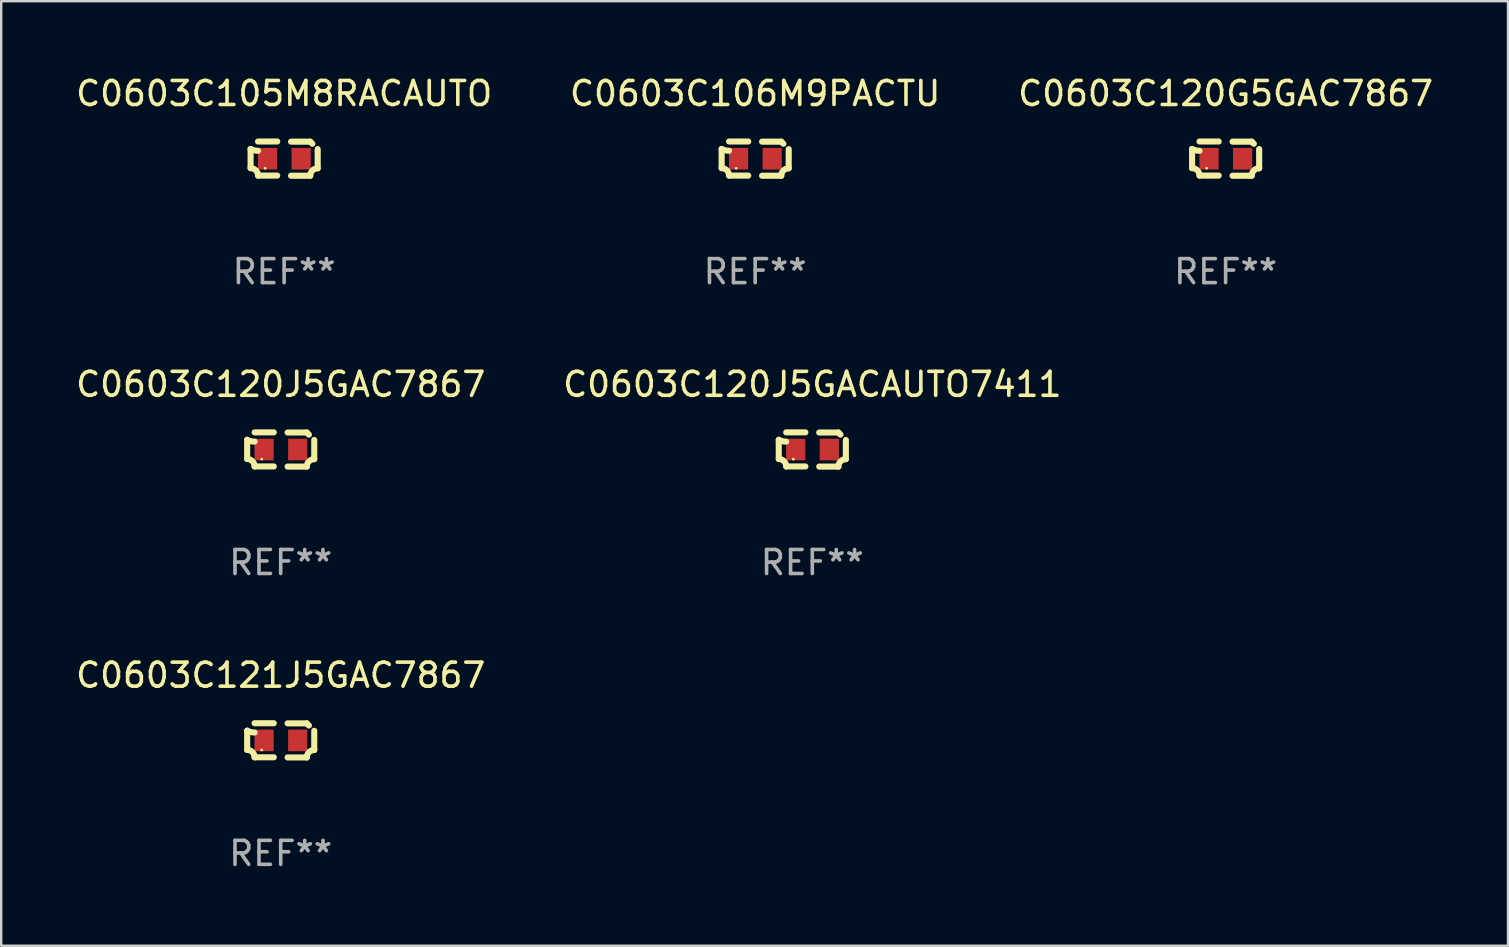
<source format=kicad_pcb>
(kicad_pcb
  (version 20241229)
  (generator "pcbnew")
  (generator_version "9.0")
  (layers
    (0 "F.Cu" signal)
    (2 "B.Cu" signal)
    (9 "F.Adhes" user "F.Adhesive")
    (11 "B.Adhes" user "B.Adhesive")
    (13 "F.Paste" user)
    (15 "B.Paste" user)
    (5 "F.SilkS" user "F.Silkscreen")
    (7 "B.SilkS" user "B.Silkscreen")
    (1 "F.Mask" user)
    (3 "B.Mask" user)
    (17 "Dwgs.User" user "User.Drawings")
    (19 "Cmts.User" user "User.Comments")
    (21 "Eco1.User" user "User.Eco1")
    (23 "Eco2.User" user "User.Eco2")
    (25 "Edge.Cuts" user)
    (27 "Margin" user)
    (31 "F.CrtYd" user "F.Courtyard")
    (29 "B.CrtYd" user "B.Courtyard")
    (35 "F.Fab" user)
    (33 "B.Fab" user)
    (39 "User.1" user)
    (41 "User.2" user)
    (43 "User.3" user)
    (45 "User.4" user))
  (footprint "C0603C120J5GAC7867"
    (layer "F.Cu")
    (at 8.649 15.683)
    (property "Reference" "C0603C120J5GAC7867" (at 0 -2.713 0) (layer "F.SilkS") (effects (font (size 1 1) (thickness 0.15))))
    (attr through_hole)
    (fp_line (start -1.398 -0.403) (end -1.398 0.397) (stroke (width 0.254) (type solid)) (layer "F.SilkS"))
    (fp_line (start -0.288 -0.713) (end -1.088 -0.713) (stroke (width 0.254) (type solid)) (layer "F.SilkS"))
    (fp_line (start -0.288 0.707) (end -1.088 0.707) (stroke (width 0.254) (type solid)) (layer "F.SilkS"))
    (fp_line (start 0.288 -0.707) (end 1.088 -0.707) (stroke (width 0.254) (type solid)) (layer "F.SilkS"))
    (fp_line (start 0.288 0.713) (end 1.088 0.713) (stroke (width 0.254) (type solid)) (layer "F.SilkS"))
    (fp_line (start 1.398 -0.397) (end 1.398 0.403) (stroke (width 0.254) (type solid)) (layer "F.SilkS"))
    (fp_arc (start -1.397789 0.397066) (mid -1.178701 0.487826) (end -1.08796 0.706922) (stroke (width 0.254001) (type solid)) (layer "F.SilkS"))
    (fp_arc (start -1.08796 -0.327176) (mid -1.247436 -0.346384) (end -1.39779 -0.402908) (stroke (width 0.254001) (type solid)) (layer "F.SilkS"))
    (fp_arc (start 1.087909 0.712738) (mid 1.178656 0.493655) (end 1.397739 0.402908) (stroke (width 0.254001) (type solid)) (layer "F.SilkS"))
    (fp_arc (start 1.175925 -0.618926) (mid 1.131917 -0.662923) (end 1.08791 -0.706922) (stroke (width 0.254001) (type solid)) (layer "F.SilkS"))
    (fp_circle (center -0.792 0.403) (end -0.762 0.403) (stroke (width 0.06) (type solid)) (fill no) (layer "F.SilkS"))
    (fp_text user "REF**" (at 0 4.713 0) (layer "F.Fab") (effects (font (size 1 1) (thickness 0.15))))
    (pad "1" smd rect (at -0.692 0.003) (size 0.8 0.9) (layers "F.Cu" "F.Mask" "F.Paste"))
    (pad "2" smd rect (at 0.708 0.003) (size 0.8 0.9) (layers "F.Cu" "F.Mask" "F.Paste")))
  (footprint "C0603C106M9PACTU"
    (layer "F.Cu")
    (at 28.423 3.561)
    (property "Reference" "C0603C106M9PACTU" (at 0 -2.713 0) (layer "F.SilkS") (effects (font (size 1 1) (thickness 0.15))))
    (attr through_hole)
    (fp_line (start -1.398 -0.403) (end -1.398 0.397) (stroke (width 0.254) (type solid)) (layer "F.SilkS"))
    (fp_line (start -0.288 -0.713) (end -1.088 -0.713) (stroke (width 0.254) (type solid)) (layer "F.SilkS"))
    (fp_line (start -0.288 0.707) (end -1.088 0.707) (stroke (width 0.254) (type solid)) (layer "F.SilkS"))
    (fp_line (start 0.288 -0.707) (end 1.088 -0.707) (stroke (width 0.254) (type solid)) (layer "F.SilkS"))
    (fp_line (start 0.288 0.713) (end 1.088 0.713) (stroke (width 0.254) (type solid)) (layer "F.SilkS"))
    (fp_line (start 1.398 -0.397) (end 1.398 0.403) (stroke (width 0.254) (type solid)) (layer "F.SilkS"))
    (fp_arc (start -1.397789 0.397066) (mid -1.178701 0.487826) (end -1.08796 0.706922) (stroke (width 0.254001) (type solid)) (layer "F.SilkS"))
    (fp_arc (start -1.08796 -0.327176) (mid -1.247436 -0.346384) (end -1.39779 -0.402908) (stroke (width 0.254001) (type solid)) (layer "F.SilkS"))
    (fp_arc (start 1.087909 0.712738) (mid 1.178656 0.493655) (end 1.397739 0.402908) (stroke (width 0.254001) (type solid)) (layer "F.SilkS"))
    (fp_arc (start 1.175925 -0.618926) (mid 1.131917 -0.662923) (end 1.08791 -0.706922) (stroke (width 0.254001) (type solid)) (layer "F.SilkS"))
    (fp_circle (center -0.792 0.403) (end -0.762 0.403) (stroke (width 0.06) (type solid)) (fill no) (layer "F.SilkS"))
    (fp_text user "REF**" (at 0 4.713 0) (layer "F.Fab") (effects (font (size 1 1) (thickness 0.15))))
    (pad "1" smd rect (at -0.692 0.003) (size 0.8 0.9) (layers "F.Cu" "F.Mask" "F.Paste"))
    (pad "2" smd rect (at 0.708 0.003) (size 0.8 0.9) (layers "F.Cu" "F.Mask" "F.Paste")))
  (footprint "C0603C105M8RACAUTO"
    (layer "F.Cu")
    (at 8.792 3.561)
    (property "Reference" "C0603C105M8RACAUTO" (at 0 -2.713 0) (layer "F.SilkS") (effects (font (size 1 1) (thickness 0.15))))
    (attr through_hole)
    (fp_line (start -1.398 -0.403) (end -1.398 0.397) (stroke (width 0.254) (type solid)) (layer "F.SilkS"))
    (fp_line (start -0.288 -0.713) (end -1.088 -0.713) (stroke (width 0.254) (type solid)) (layer "F.SilkS"))
    (fp_line (start -0.288 0.707) (end -1.088 0.707) (stroke (width 0.254) (type solid)) (layer "F.SilkS"))
    (fp_line (start 0.288 -0.707) (end 1.088 -0.707) (stroke (width 0.254) (type solid)) (layer "F.SilkS"))
    (fp_line (start 0.288 0.713) (end 1.088 0.713) (stroke (width 0.254) (type solid)) (layer "F.SilkS"))
    (fp_line (start 1.398 -0.397) (end 1.398 0.403) (stroke (width 0.254) (type solid)) (layer "F.SilkS"))
    (fp_arc (start -1.397789 0.397066) (mid -1.178701 0.487826) (end -1.08796 0.706922) (stroke (width 0.254001) (type solid)) (layer "F.SilkS"))
    (fp_arc (start -1.08796 -0.327176) (mid -1.247436 -0.346384) (end -1.39779 -0.402908) (stroke (width 0.254001) (type solid)) (layer "F.SilkS"))
    (fp_arc (start 1.087909 0.712738) (mid 1.178656 0.493655) (end 1.397739 0.402908) (stroke (width 0.254001) (type solid)) (layer "F.SilkS"))
    (fp_arc (start 1.175925 -0.618926) (mid 1.131917 -0.662923) (end 1.08791 -0.706922) (stroke (width 0.254001) (type solid)) (layer "F.SilkS"))
    (fp_circle (center -0.792 0.403) (end -0.762 0.403) (stroke (width 0.06) (type solid)) (fill no) (layer "F.SilkS"))
    (fp_text user "REF**" (at 0 4.713 0) (layer "F.Fab") (effects (font (size 1 1) (thickness 0.15))))
    (pad "1" smd rect (at -0.692 0.003) (size 0.8 0.9) (layers "F.Cu" "F.Mask" "F.Paste"))
    (pad "2" smd rect (at 0.708 0.003) (size 0.8 0.9) (layers "F.Cu" "F.Mask" "F.Paste")))
  (footprint "C0603C121J5GAC7867"
    (layer "F.Cu")
    (at 8.649 27.805)
    (property "Reference" "C0603C121J5GAC7867" (at 0 -2.713 0) (layer "F.SilkS") (effects (font (size 1 1) (thickness 0.15))))
    (attr through_hole)
    (fp_line (start -1.398 -0.403) (end -1.398 0.397) (stroke (width 0.254) (type solid)) (layer "F.SilkS"))
    (fp_line (start -0.288 -0.713) (end -1.088 -0.713) (stroke (width 0.254) (type solid)) (layer "F.SilkS"))
    (fp_line (start -0.288 0.707) (end -1.088 0.707) (stroke (width 0.254) (type solid)) (layer "F.SilkS"))
    (fp_line (start 0.288 -0.707) (end 1.088 -0.707) (stroke (width 0.254) (type solid)) (layer "F.SilkS"))
    (fp_line (start 0.288 0.713) (end 1.088 0.713) (stroke (width 0.254) (type solid)) (layer "F.SilkS"))
    (fp_line (start 1.398 -0.397) (end 1.398 0.403) (stroke (width 0.254) (type solid)) (layer "F.SilkS"))
    (fp_arc (start -1.397789 0.397066) (mid -1.178701 0.487826) (end -1.08796 0.706922) (stroke (width 0.254001) (type solid)) (layer "F.SilkS"))
    (fp_arc (start -1.08796 -0.327176) (mid -1.247436 -0.346384) (end -1.39779 -0.402908) (stroke (width 0.254001) (type solid)) (layer "F.SilkS"))
    (fp_arc (start 1.087909 0.712738) (mid 1.178656 0.493655) (end 1.397739 0.402908) (stroke (width 0.254001) (type solid)) (layer "F.SilkS"))
    (fp_arc (start 1.175925 -0.618926) (mid 1.131917 -0.662923) (end 1.08791 -0.706922) (stroke (width 0.254001) (type solid)) (layer "F.SilkS"))
    (fp_circle (center -0.792 0.403) (end -0.762 0.403) (stroke (width 0.06) (type solid)) (fill no) (layer "F.SilkS"))
    (fp_text user "REF**" (at 0 4.713 0) (layer "F.Fab") (effects (font (size 1 1) (thickness 0.15))))
    (pad "1" smd rect (at -0.692 0.003) (size 0.8 0.9) (layers "F.Cu" "F.Mask" "F.Paste"))
    (pad "2" smd rect (at 0.708 0.003) (size 0.8 0.9) (layers "F.Cu" "F.Mask" "F.Paste")))
  (footprint "C0603C120J5GACAUTO7411"
    (layer "F.Cu")
    (at 30.804 15.683)
    (property "Reference" "C0603C120J5GACAUTO7411" (at 0 -2.713 0) (layer "F.SilkS") (effects (font (size 1 1) (thickness 0.15))))
    (attr through_hole)
    (fp_line (start -1.398 -0.403) (end -1.398 0.397) (stroke (width 0.254) (type solid)) (layer "F.SilkS"))
    (fp_line (start -0.288 -0.713) (end -1.088 -0.713) (stroke (width 0.254) (type solid)) (layer "F.SilkS"))
    (fp_line (start -0.288 0.707) (end -1.088 0.707) (stroke (width 0.254) (type solid)) (layer "F.SilkS"))
    (fp_line (start 0.288 -0.707) (end 1.088 -0.707) (stroke (width 0.254) (type solid)) (layer "F.SilkS"))
    (fp_line (start 0.288 0.713) (end 1.088 0.713) (stroke (width 0.254) (type solid)) (layer "F.SilkS"))
    (fp_line (start 1.398 -0.397) (end 1.398 0.403) (stroke (width 0.254) (type solid)) (layer "F.SilkS"))
    (fp_arc (start -1.397789 0.397066) (mid -1.178701 0.487826) (end -1.08796 0.706922) (stroke (width 0.254001) (type solid)) (layer "F.SilkS"))
    (fp_arc (start -1.08796 -0.327176) (mid -1.247436 -0.346384) (end -1.39779 -0.402908) (stroke (width 0.254001) (type solid)) (layer "F.SilkS"))
    (fp_arc (start 1.087909 0.712738) (mid 1.178656 0.493655) (end 1.397739 0.402908) (stroke (width 0.254001) (type solid)) (layer "F.SilkS"))
    (fp_arc (start 1.175925 -0.618926) (mid 1.131917 -0.662923) (end 1.08791 -0.706922) (stroke (width 0.254001) (type solid)) (layer "F.SilkS"))
    (fp_circle (center -0.792 0.403) (end -0.762 0.403) (stroke (width 0.06) (type solid)) (fill no) (layer "F.SilkS"))
    (fp_text user "REF**" (at 0 4.713 0) (layer "F.Fab") (effects (font (size 1 1) (thickness 0.15))))
    (pad "1" smd rect (at -0.692 0.003) (size 0.8 0.9) (layers "F.Cu" "F.Mask" "F.Paste"))
    (pad "2" smd rect (at 0.708 0.003) (size 0.8 0.9) (layers "F.Cu" "F.Mask" "F.Paste")))
  (footprint "C0603C120G5GAC7867"
    (layer "F.Cu")
    (at 48.03 3.561)
    (property "Reference" "C0603C120G5GAC7867" (at 0 -2.713 0) (layer "F.SilkS") (effects (font (size 1 1) (thickness 0.15))))
    (attr through_hole)
    (fp_line (start -1.398 -0.403) (end -1.398 0.397) (stroke (width 0.254) (type solid)) (layer "F.SilkS"))
    (fp_line (start -0.288 -0.713) (end -1.088 -0.713) (stroke (width 0.254) (type solid)) (layer "F.SilkS"))
    (fp_line (start -0.288 0.707) (end -1.088 0.707) (stroke (width 0.254) (type solid)) (layer "F.SilkS"))
    (fp_line (start 0.288 -0.707) (end 1.088 -0.707) (stroke (width 0.254) (type solid)) (layer "F.SilkS"))
    (fp_line (start 0.288 0.713) (end 1.088 0.713) (stroke (width 0.254) (type solid)) (layer "F.SilkS"))
    (fp_line (start 1.398 -0.397) (end 1.398 0.403) (stroke (width 0.254) (type solid)) (layer "F.SilkS"))
    (fp_arc (start -1.397789 0.397066) (mid -1.178701 0.487826) (end -1.08796 0.706922) (stroke (width 0.254001) (type solid)) (layer "F.SilkS"))
    (fp_arc (start -1.08796 -0.327176) (mid -1.247436 -0.346384) (end -1.39779 -0.402908) (stroke (width 0.254001) (type solid)) (layer "F.SilkS"))
    (fp_arc (start 1.087909 0.712738) (mid 1.178656 0.493655) (end 1.397739 0.402908) (stroke (width 0.254001) (type solid)) (layer "F.SilkS"))
    (fp_arc (start 1.175925 -0.618926) (mid 1.131917 -0.662923) (end 1.08791 -0.706922) (stroke (width 0.254001) (type solid)) (layer "F.SilkS"))
    (fp_circle (center -0.792 0.403) (end -0.762 0.403) (stroke (width 0.06) (type solid)) (fill no) (layer "F.SilkS"))
    (fp_text user "REF**" (at 0 4.713 0) (layer "F.Fab") (effects (font (size 1 1) (thickness 0.15))))
    (pad "1" smd rect (at -0.692 0.003) (size 0.8 0.9) (layers "F.Cu" "F.Mask" "F.Paste"))
    (pad "2" smd rect (at 0.708 0.003) (size 0.8 0.9) (layers "F.Cu" "F.Mask" "F.Paste")))
  (gr_rect
    (start -3 -3)
    (end 59.798 36.366)
    (stroke (width 0.1) (type default))
    (fill no)
    (layer "Edge.Cuts")))
</source>
